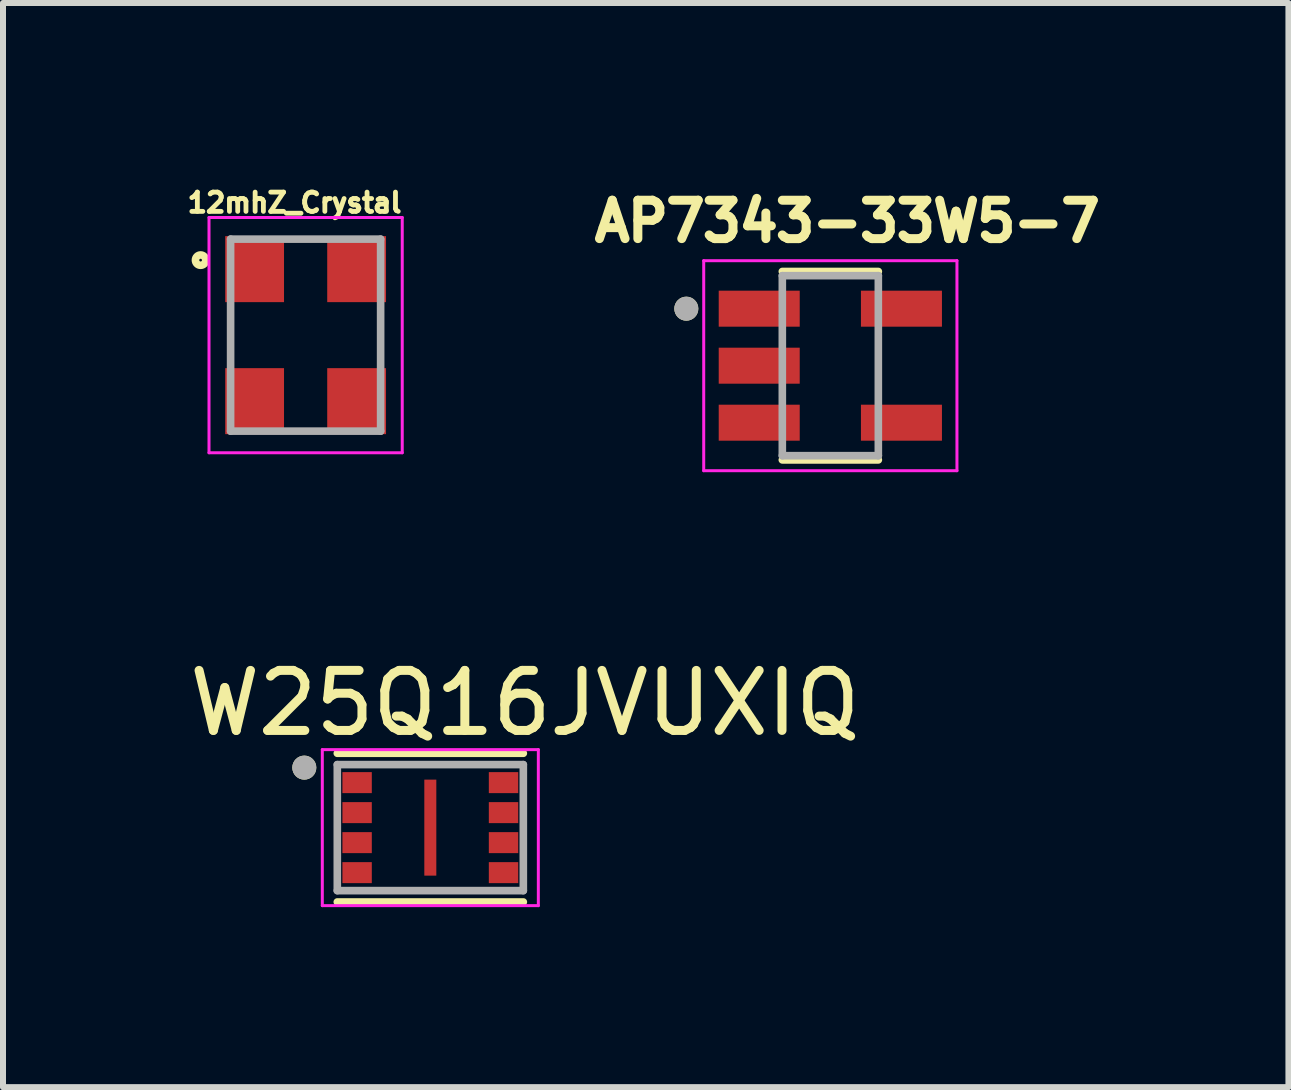
<source format=kicad_pcb>
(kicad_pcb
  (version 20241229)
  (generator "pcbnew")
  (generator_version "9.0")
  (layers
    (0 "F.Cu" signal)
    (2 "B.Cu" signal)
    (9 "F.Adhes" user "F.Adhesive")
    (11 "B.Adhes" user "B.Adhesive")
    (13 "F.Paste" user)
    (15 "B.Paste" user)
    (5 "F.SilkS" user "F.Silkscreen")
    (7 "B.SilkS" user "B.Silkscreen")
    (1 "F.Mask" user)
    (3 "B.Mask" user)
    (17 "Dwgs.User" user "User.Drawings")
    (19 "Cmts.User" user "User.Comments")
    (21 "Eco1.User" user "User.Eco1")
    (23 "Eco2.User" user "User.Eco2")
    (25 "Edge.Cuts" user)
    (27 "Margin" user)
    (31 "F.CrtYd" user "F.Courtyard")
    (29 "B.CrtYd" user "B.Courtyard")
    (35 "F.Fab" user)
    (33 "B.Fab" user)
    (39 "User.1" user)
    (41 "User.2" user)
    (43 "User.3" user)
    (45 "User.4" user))
  (footprint "12mhZ_Crystal"
    (layer "F.Cu")
    (at 2.043 2.535)
    (property "Reference" "12mhZ_Crystal" (at -0.184 -2.207 0) (layer "F.SilkS") (effects (font (size 0.321 0.321) (thickness 0.15))))
    (attr through_hole)
    (fp_circle (center -1.75 -1.25) (end -1.664 -1.25) (stroke (width 0.127) (type solid)) (fill no) (layer "F.SilkS"))
    (fp_line (start -1.61 -1.96) (end 1.61 -1.96) (stroke (width 0.05) (type solid)) (layer "F.CrtYd"))
    (fp_line (start -1.61 1.96) (end -1.61 -1.96) (stroke (width 0.05) (type solid)) (layer "F.CrtYd"))
    (fp_line (start 1.61 1.96) (end -1.61 1.96) (stroke (width 0.05) (type solid)) (layer "F.CrtYd"))
    (fp_line (start 1.61 1.96) (end 1.61 -1.96) (stroke (width 0.05) (type solid)) (layer "F.CrtYd"))
    (fp_line (start -1.25 -1.6) (end 1.25 -1.6) (stroke (width 0.127) (type solid)) (layer "F.Fab"))
    (fp_line (start -1.25 1.6) (end -1.25 -1.6) (stroke (width 0.127) (type solid)) (layer "F.Fab"))
    (fp_line (start 1.25 -1.6) (end 1.25 1.6) (stroke (width 0.127) (type solid)) (layer "F.Fab"))
    (fp_line (start 1.25 1.6) (end -1.25 1.6) (stroke (width 0.127) (type solid)) (layer "F.Fab"))
    (pad "1" smd rect (at -0.85 -1.1) (size 0.98 1.1) (layers "F.Cu" "F.Mask" "F.Paste"))
    (pad "2" smd rect (at -0.85 1.1) (size 0.98 1.1) (layers "F.Cu" "F.Mask" "F.Paste"))
    (pad "3" smd rect (at 0.85 1.1) (size 0.98 1.1) (layers "F.Cu" "F.Mask" "F.Paste"))
    (pad "4" smd rect (at 0.85 -1.1) (size 0.98 1.1) (layers "F.Cu" "F.Mask" "F.Paste")))
  (footprint "AP7343-33W5-7"
    (layer "F.Cu")
    (at 10.787 3.044)
    (property "Reference" "AP7343-33W5-7" (at 0.282 -2.406 0) (layer "F.SilkS") (effects (font (size 0.64 0.64) (thickness 0.15))))
    (attr through_hole)
    (fp_line (start -0.8 -1.57) (end 0.8 -1.57) (stroke (width 0.127) (type solid)) (layer "F.SilkS"))
    (fp_line (start 0.8 1.57) (end -0.8 1.57) (stroke (width 0.127) (type solid)) (layer "F.SilkS"))
    (fp_circle (center -2.4 -0.95) (end -2.3 -0.95) (stroke (width 0.2) (type solid)) (fill no) (layer "F.SilkS"))
    (fp_line (start -2.11 -1.75) (end 2.11 -1.75) (stroke (width 0.05) (type solid)) (layer "F.CrtYd"))
    (fp_line (start -2.11 1.75) (end -2.11 -1.75) (stroke (width 0.05) (type solid)) (layer "F.CrtYd"))
    (fp_line (start 2.11 -1.75) (end 2.11 1.75) (stroke (width 0.05) (type solid)) (layer "F.CrtYd"))
    (fp_line (start 2.11 1.75) (end -2.11 1.75) (stroke (width 0.05) (type solid)) (layer "F.CrtYd"))
    (fp_line (start -0.8 -1.5) (end 0.8 -1.5) (stroke (width 0.127) (type solid)) (layer "F.Fab"))
    (fp_line (start -0.8 1.5) (end -0.8 -1.5) (stroke (width 0.127) (type solid)) (layer "F.Fab"))
    (fp_line (start 0.8 -1.5) (end 0.8 1.5) (stroke (width 0.127) (type solid)) (layer "F.Fab"))
    (fp_line (start 0.8 1.5) (end -0.8 1.5) (stroke (width 0.127) (type solid)) (layer "F.Fab"))
    (fp_circle (center -2.4 -0.95) (end -2.3 -0.95) (stroke (width 0.2) (type solid)) (fill no) (layer "F.Fab"))
    (pad "1" smd rect (at -1.185 -0.95) (size 1.35 0.6) (layers "F.Cu" "F.Mask" "F.Paste"))
    (pad "2" smd rect (at -1.185 0) (size 1.35 0.6) (layers "F.Cu" "F.Mask" "F.Paste"))
    (pad "3" smd rect (at -1.185 0.95) (size 1.35 0.6) (layers "F.Cu" "F.Mask" "F.Paste"))
    (pad "4" smd rect (at 1.185 0.95) (size 1.35 0.6) (layers "F.Cu" "F.Mask" "F.Paste"))
    (pad "5" smd rect (at 1.185 -0.95) (size 1.35 0.6) (layers "F.Cu" "F.Mask" "F.Paste")))
  (footprint "W25Q16JVUXIQ"
    (layer "F.Cu")
    (at 4.121 10.742)
    (property "Reference" "W25Q16JVUXIQ" (at 1.575 -2.075 0) (layer "F.SilkS") (effects (font (size 1 1) (thickness 0.15))))
    (attr through_hole)
    (fp_line (start -1.55 -1.239) (end 1.55 -1.239) (stroke (width 0.127) (type solid)) (layer "F.SilkS"))
    (fp_line (start -1.55 1.239) (end 1.55 1.239) (stroke (width 0.127) (type solid)) (layer "F.SilkS"))
    (fp_circle (center -2.1 -1) (end -2 -1) (stroke (width 0.2) (type solid)) (fill no) (layer "F.SilkS"))
    (fp_line (start -1.8 -1.3) (end 1.8 -1.3) (stroke (width 0.05) (type solid)) (layer "F.CrtYd"))
    (fp_line (start -1.8 1.3) (end -1.8 -1.3) (stroke (width 0.05) (type solid)) (layer "F.CrtYd"))
    (fp_line (start 1.8 -1.3) (end 1.8 1.3) (stroke (width 0.05) (type solid)) (layer "F.CrtYd"))
    (fp_line (start 1.8 1.3) (end -1.8 1.3) (stroke (width 0.05) (type solid)) (layer "F.CrtYd"))
    (fp_line (start -1.55 -1.05) (end 1.55 -1.05) (stroke (width 0.127) (type solid)) (layer "F.Fab"))
    (fp_line (start -1.55 1.05) (end -1.55 -1.05) (stroke (width 0.127) (type solid)) (layer "F.Fab"))
    (fp_line (start 1.55 -1.05) (end 1.55 1.05) (stroke (width 0.127) (type solid)) (layer "F.Fab"))
    (fp_line (start 1.55 1.05) (end -1.55 1.05) (stroke (width 0.127) (type solid)) (layer "F.Fab"))
    (fp_circle (center -2.1 -1) (end -2 -1) (stroke (width 0.2) (type solid)) (fill no) (layer "F.Fab"))
    (pad "1" smd rect (at -1.22 -0.75) (size 0.49 0.35) (layers "F.Cu" "F.Mask" "F.Paste"))
    (pad "2" smd rect (at -1.22 -0.25) (size 0.49 0.35) (layers "F.Cu" "F.Mask" "F.Paste"))
    (pad "3" smd rect (at -1.22 0.25) (size 0.49 0.35) (layers "F.Cu" "F.Mask" "F.Paste"))
    (pad "4" smd rect (at -1.22 0.75) (size 0.49 0.35) (layers "F.Cu" "F.Mask" "F.Paste"))
    (pad "5" smd rect (at 1.22 0.75) (size 0.49 0.35) (layers "F.Cu" "F.Mask" "F.Paste"))
    (pad "6" smd rect (at 1.22 0.25) (size 0.49 0.35) (layers "F.Cu" "F.Mask" "F.Paste"))
    (pad "7" smd rect (at 1.22 -0.25) (size 0.49 0.35) (layers "F.Cu" "F.Mask" "F.Paste"))
    (pad "8" smd rect (at 1.22 -0.75) (size 0.49 0.35) (layers "F.Cu" "F.Mask" "F.Paste"))
    (pad "EP" smd rect (at 0 0) (size 0.2 1.6) (layers "F.Cu" "F.Mask" "F.Paste")))
  (gr_rect
    (start -3 -3)
    (end 18.421 15.067)
    (stroke (width 0.1) (type default))
    (fill no)
    (layer "Edge.Cuts")))
</source>
